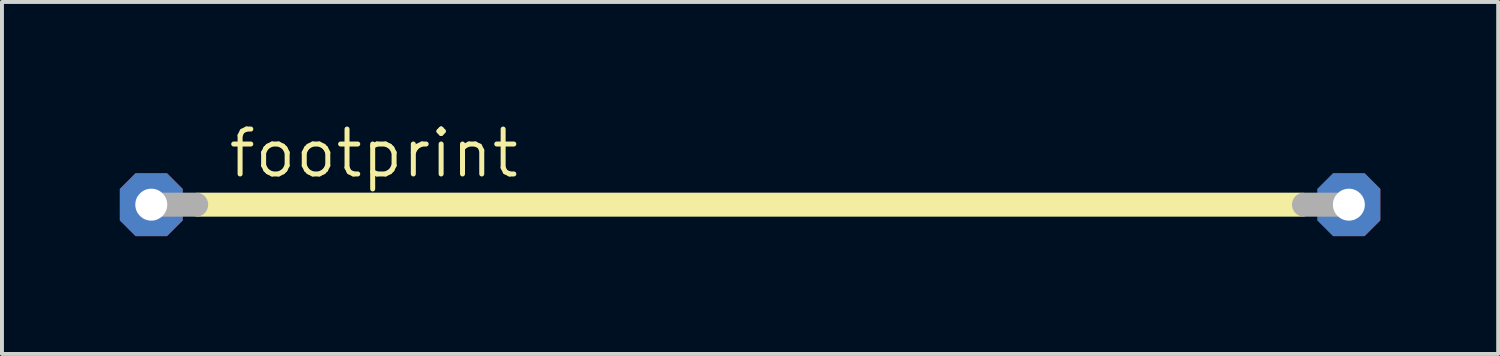
<source format=kicad_pcb>
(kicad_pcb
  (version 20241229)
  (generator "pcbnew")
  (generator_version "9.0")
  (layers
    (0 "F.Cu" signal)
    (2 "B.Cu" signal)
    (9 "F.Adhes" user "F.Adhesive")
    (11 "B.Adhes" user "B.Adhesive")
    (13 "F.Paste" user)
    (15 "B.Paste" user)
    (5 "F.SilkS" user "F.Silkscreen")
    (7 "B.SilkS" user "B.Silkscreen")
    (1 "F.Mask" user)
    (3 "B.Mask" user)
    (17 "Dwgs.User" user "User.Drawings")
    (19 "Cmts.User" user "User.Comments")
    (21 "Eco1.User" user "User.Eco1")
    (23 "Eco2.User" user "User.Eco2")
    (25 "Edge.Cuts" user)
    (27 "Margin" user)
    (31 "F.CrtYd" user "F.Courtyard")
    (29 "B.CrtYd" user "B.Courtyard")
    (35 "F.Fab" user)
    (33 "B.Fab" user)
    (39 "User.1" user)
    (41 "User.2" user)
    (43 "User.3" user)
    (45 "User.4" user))
  (footprint "footprint"
    (layer "F.Cu")
    (at 16.04 2.159)
    (property "Reference" "footprint" (at -13.335 -0.635 0) (layer "F.SilkS") (effects (font (size 1.143 1.143) (thickness 0.127)) (justify left bottom)))
    (fp_line (start -14.046 0) (end 14.046 0) (stroke (width 0.61) (type solid)) (layer "F.SilkS"))
    (fp_line (start -15.24 0) (end -14.097 0) (stroke (width 0.61) (type solid)) (layer "F.Fab"))
    (fp_line (start 15.24 0) (end 14.097 0) (stroke (width 0.61) (type solid)) (layer "F.Fab"))
    (pad "1" thru_hole roundrect (at -15.24 0) (size 1.6 1.6) (drill 0.813) (layers "*.Cu" "*.Mask") (roundrect_rratio 0.25) (chamfer_ratio 0.25) (chamfer top_left top_right bottom_left bottom_right))
    (pad "2" thru_hole roundrect (at 15.24 0) (size 1.6 1.6) (drill 0.813) (layers "*.Cu" "*.Mask") (roundrect_rratio 0.25) (chamfer_ratio 0.25) (chamfer top_left top_right bottom_left bottom_right)))
  (gr_rect
    (start -3 -3)
    (end 35.08 5.959)
    (stroke (width 0.1) (type default))
    (fill no)
    (layer "Edge.Cuts")))
</source>
